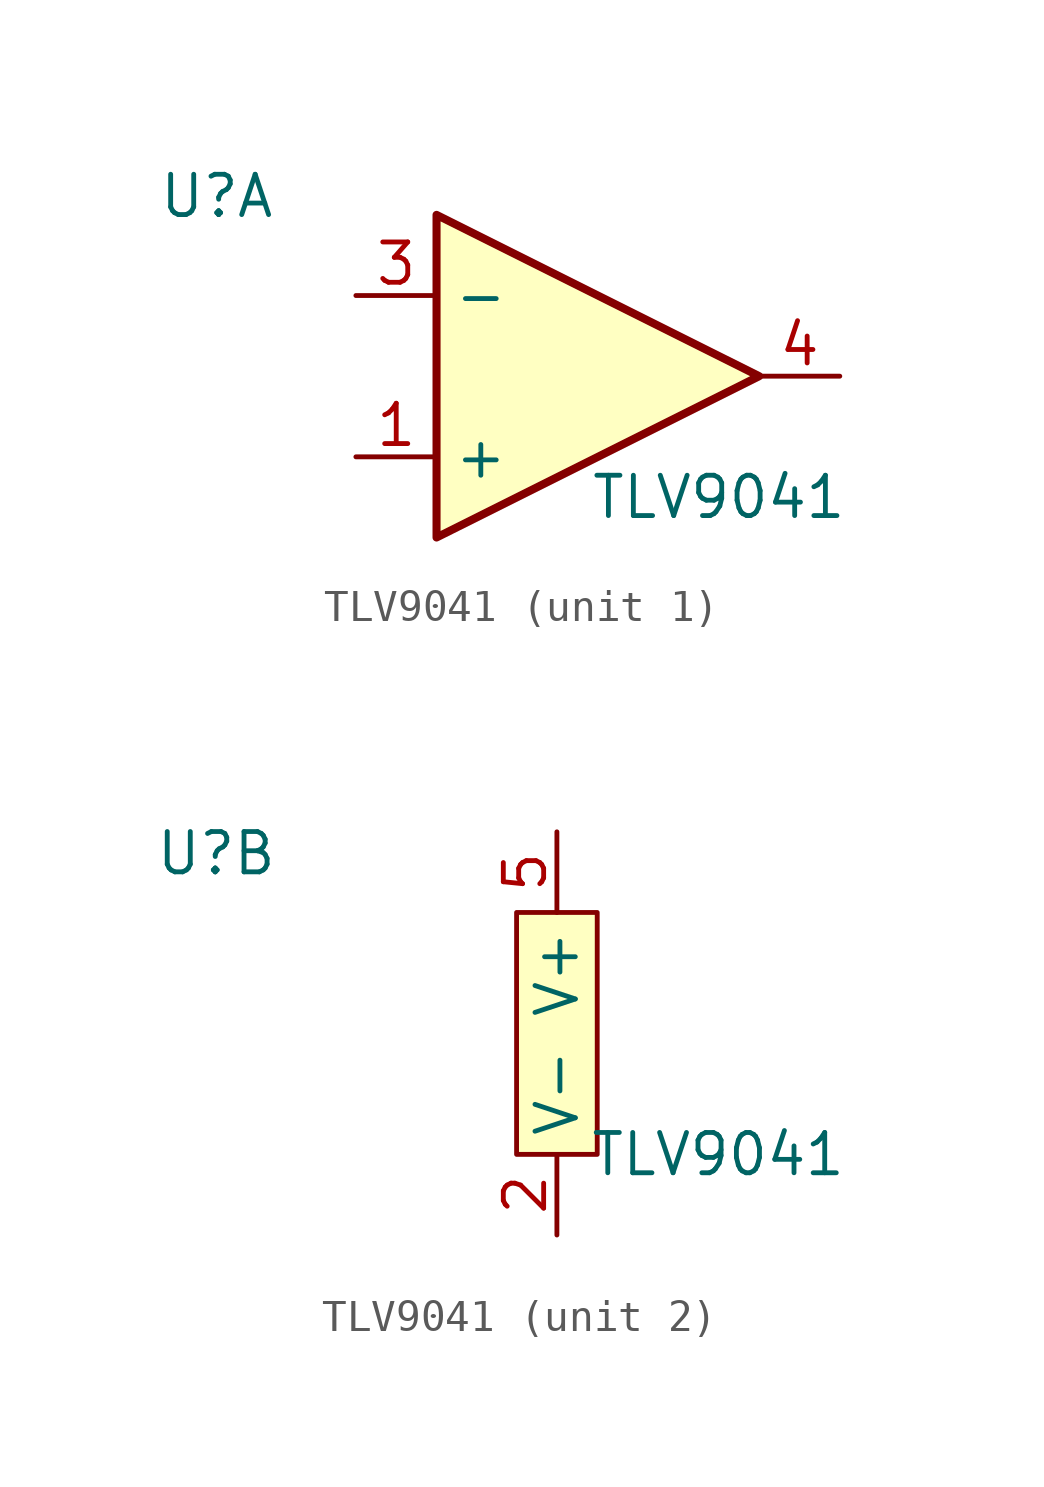
<source format=kicad_sym>
(kicad_symbol_lib
  (version 20231120)
  (generator "kicad_symbol_editor")
  (generator_version "8.0")
  (symbol "TLV9041"
    (property "Reference" "U"
      (at -10.732 5.669 0)
      (effects (font (size 1.27 1.27))))
    (property "Value" "TLV9041"
      (at 5.08 -3.81 0)
      (effects (font (size 1.27 1.27))))
    (property "ki_locked" ""
      (at 0 0 0)
      (effects (font (size 1.27 1.27))))
    (symbol "TLV9041_1_1"
      (polyline (pts (xy -3.81 5.08) (xy 6.35 0) (xy -3.81 -5.08) (xy -3.81 5.08)) (stroke (width 0.254) (type default)) (fill (type background)))
      (pin input line (at -6.35 -2.54 0) (length 2.54) (name "+" (effects (font (size 1.27 1.27)))) (number "1" (effects (font (size 1.27 1.27)))))
      (pin input line (at -6.35 2.54 0) (length 2.54) (name "-" (effects (font (size 1.27 1.27)))) (number "3" (effects (font (size 1.27 1.27)))))
      (pin output line (at 8.89 0 180) (length 2.54) (name "~" (effects (font (size 1.27 1.27)))) (number "4" (effects (font (size 1.27 1.27))))))
    (symbol "TLV9041_2_1"
      (rectangle (start -1.27 3.81) (end 1.27 -3.81) (stroke (width 0.152) (type default)) (fill (type background)))
      (pin input line (at 0 -6.35 90) (length 2.54) (name "V-" (effects (font (size 1.27 1.27)))) (number "2" (effects (font (size 1.27 1.27)))))
      (pin input line (at 0 6.35 270) (length 2.54) (name "V+" (effects (font (size 1.27 1.27)))) (number "5" (effects (font (size 1.27 1.27))))))))
</source>
